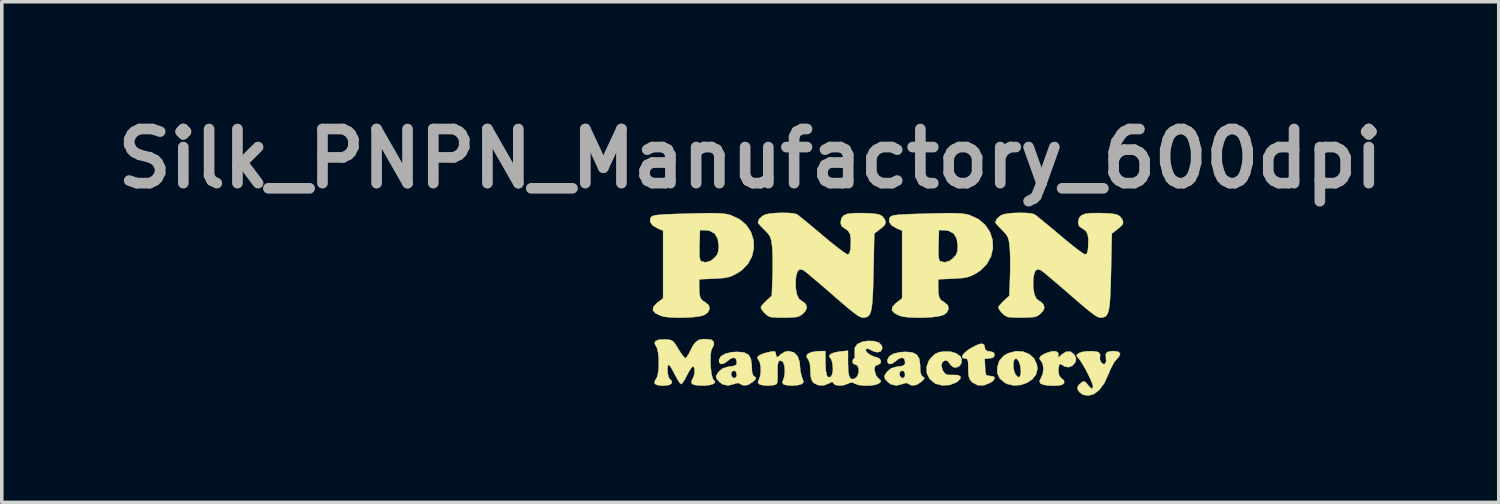
<source format=kicad_pcb>
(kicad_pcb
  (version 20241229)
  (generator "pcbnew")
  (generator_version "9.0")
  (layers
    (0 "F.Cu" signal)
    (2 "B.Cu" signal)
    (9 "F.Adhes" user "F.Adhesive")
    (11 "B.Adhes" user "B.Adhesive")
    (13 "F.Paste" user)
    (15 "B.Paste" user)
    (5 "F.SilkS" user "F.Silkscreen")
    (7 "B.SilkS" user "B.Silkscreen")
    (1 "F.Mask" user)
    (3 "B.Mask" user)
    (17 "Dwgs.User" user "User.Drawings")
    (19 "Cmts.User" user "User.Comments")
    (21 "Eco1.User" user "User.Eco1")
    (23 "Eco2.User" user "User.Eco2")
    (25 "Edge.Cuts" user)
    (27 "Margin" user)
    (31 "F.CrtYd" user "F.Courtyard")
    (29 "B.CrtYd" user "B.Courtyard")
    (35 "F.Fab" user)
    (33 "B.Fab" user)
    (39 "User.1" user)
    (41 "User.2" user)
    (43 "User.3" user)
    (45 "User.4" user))
  (footprint "Silk_PNPN_Manufactory_600dpi"
    (layer "F.Cu")
    (at 21.888 5.228)
    (property "Reference" "Silk_PNPN_Manufactory_600dpi" (at -3.81 -3.81 0) (layer "F.Fab") (effects (font (size 1.524 1.524) (thickness 0.3))))
    (attr through_hole)
    (fp_poly (pts (xy 3.875 1.624) (xy 4.05 1.696) (xy 4.183 1.819) (xy 4.261 1.987) (xy 4.276 2.109) (xy 4.237 2.267) (xy 4.134 2.4) (xy 3.983 2.502) (xy 3.804 2.563) (xy 3.613 2.577) (xy 3.429 2.536) (xy 3.358 2.5) (xy 3.214 2.38) (xy 3.147 2.233) (xy 3.145 2.065) (xy 3.182 1.948) (xy 3.599 1.948) (xy 3.601 2.067) (xy 3.624 2.188) (xy 3.665 2.277) (xy 3.733 2.344) (xy 3.782 2.33) (xy 3.807 2.24) (xy 3.81 2.18) (xy 3.794 2.022) (xy 3.752 1.898) (xy 3.693 1.828) (xy 3.663 1.82) (xy 3.62 1.857) (xy 3.599 1.948) (xy 3.182 1.948) (xy 3.205 1.876) (xy 3.33 1.738) (xy 3.459 1.666) (xy 3.674 1.611) (xy 3.875 1.624)) (stroke (width 0.01) (type solid)) (fill yes) (layer "F.SilkS"))
    (fp_poly (pts (xy 1.83 1.624) (xy 1.992 1.673) (xy 2.104 1.757) (xy 2.137 1.818) (xy 2.142 1.934) (xy 2.092 2.02) (xy 2.009 2.067) (xy 1.915 2.066) (xy 1.833 2.004) (xy 1.812 1.967) (xy 1.744 1.883) (xy 1.675 1.871) (xy 1.6 1.917) (xy 1.573 2.011) (xy 1.599 2.129) (xy 1.63 2.186) (xy 1.685 2.252) (xy 1.756 2.279) (xy 1.874 2.28) (xy 1.896 2.279) (xy 2.04 2.285) (xy 2.11 2.326) (xy 2.103 2.392) (xy 2.016 2.475) (xy 1.982 2.496) (xy 1.8 2.564) (xy 1.597 2.575) (xy 1.41 2.528) (xy 1.387 2.516) (xy 1.242 2.395) (xy 1.163 2.237) (xy 1.153 2.061) (xy 1.215 1.886) (xy 1.283 1.793) (xy 1.391 1.693) (xy 1.5 1.642) (xy 1.636 1.62) (xy 1.83 1.624)) (stroke (width 0.01) (type solid)) (fill yes) (layer "F.SilkS"))
    (fp_poly (pts (xy 2.771 1.422) (xy 2.794 1.5) (xy 2.809 1.574) (xy 2.871 1.608) (xy 2.932 1.617) (xy 3.031 1.64) (xy 3.068 1.692) (xy 3.069 1.714) (xy 3.047 1.778) (xy 2.969 1.808) (xy 2.93 1.813) (xy 2.79 1.826) (xy 2.803 2.067) (xy 2.812 2.202) (xy 2.83 2.274) (xy 2.867 2.302) (xy 2.936 2.307) (xy 2.938 2.307) (xy 3.044 2.325) (xy 3.074 2.374) (xy 3.028 2.444) (xy 2.956 2.496) (xy 2.773 2.571) (xy 2.6 2.571) (xy 2.453 2.498) (xy 2.432 2.478) (xy 2.374 2.408) (xy 2.342 2.326) (xy 2.33 2.204) (xy 2.328 2.097) (xy 2.326 1.948) (xy 2.314 1.864) (xy 2.288 1.828) (xy 2.244 1.82) (xy 2.168 1.8) (xy 2.159 1.746) (xy 2.212 1.668) (xy 2.322 1.576) (xy 2.388 1.534) (xy 2.571 1.437) (xy 2.698 1.399) (xy 2.771 1.422)) (stroke (width 0.01) (type solid)) (fill yes) (layer "F.SilkS"))
    (fp_poly (pts (xy 4.861 1.661) (xy 4.868 1.701) (xy 4.868 1.793) (xy 4.966 1.701) (xy 5.092 1.622) (xy 5.21 1.623) (xy 5.31 1.705) (xy 5.318 1.716) (xy 5.364 1.815) (xy 5.35 1.908) (xy 5.341 1.927) (xy 5.261 2.022) (xy 5.148 2.063) (xy 5.035 2.04) (xy 5.001 2.016) (xy 4.93 1.971) (xy 4.888 1.998) (xy 4.87 2.1) (xy 4.868 2.165) (xy 4.885 2.292) (xy 4.94 2.363) (xy 4.953 2.371) (xy 5.025 2.438) (xy 5.028 2.509) (xy 4.971 2.557) (xy 4.863 2.579) (xy 4.72 2.585) (xy 4.57 2.577) (xy 4.442 2.556) (xy 4.366 2.525) (xy 4.362 2.521) (xy 4.334 2.457) (xy 4.367 2.38) (xy 4.378 2.363) (xy 4.427 2.246) (xy 4.444 2.107) (xy 4.428 1.976) (xy 4.381 1.889) (xy 4.375 1.884) (xy 4.33 1.819) (xy 4.369 1.749) (xy 4.49 1.677) (xy 4.512 1.668) (xy 4.679 1.615) (xy 4.798 1.613) (xy 4.861 1.661)) (stroke (width 0.01) (type solid)) (fill yes) (layer "F.SilkS"))
    (fp_poly (pts (xy 6.556 1.627) (xy 6.606 1.679) (xy 6.578 1.759) (xy 6.523 1.818) (xy 6.433 1.93) (xy 6.341 2.103) (xy 6.284 2.241) (xy 6.163 2.504) (xy 6.023 2.698) (xy 5.869 2.819) (xy 5.706 2.864) (xy 5.559 2.837) (xy 5.464 2.769) (xy 5.42 2.713) (xy 5.399 2.635) (xy 5.44 2.562) (xy 5.46 2.541) (xy 5.55 2.469) (xy 5.62 2.472) (xy 5.691 2.551) (xy 5.698 2.561) (xy 5.768 2.645) (xy 5.82 2.662) (xy 5.842 2.609) (xy 5.842 2.602) (xy 5.822 2.526) (xy 5.769 2.399) (xy 5.695 2.245) (xy 5.611 2.086) (xy 5.529 1.945) (xy 5.46 1.845) (xy 5.446 1.828) (xy 5.386 1.757) (xy 5.383 1.716) (xy 5.434 1.671) (xy 5.437 1.669) (xy 5.531 1.633) (xy 5.672 1.614) (xy 5.824 1.611) (xy 5.953 1.627) (xy 6.005 1.646) (xy 6.043 1.714) (xy 6.037 1.764) (xy 6.037 1.852) (xy 6.075 1.932) (xy 6.134 1.976) (xy 6.178 1.97) (xy 6.212 1.901) (xy 6.205 1.799) (xy 6.201 1.694) (xy 6.247 1.634) (xy 6.357 1.611) (xy 6.43 1.609) (xy 6.556 1.627)) (stroke (width 0.01) (type solid)) (fill yes) (layer "F.SilkS"))
    (fp_poly (pts (xy -3.988 1.647) (xy -3.864 1.707) (xy -3.795 1.82) (xy -3.769 1.998) (xy -3.768 2.056) (xy -3.759 2.205) (xy -3.731 2.291) (xy -3.694 2.326) (xy -3.651 2.361) (xy -3.661 2.401) (xy -3.73 2.469) (xy -3.738 2.476) (xy -3.87 2.56) (xy -3.997 2.579) (xy -4.097 2.533) (xy -4.157 2.504) (xy -4.249 2.53) (xy -4.255 2.533) (xy -4.435 2.579) (xy -4.591 2.545) (xy -4.68 2.478) (xy -4.76 2.386) (xy -4.775 2.312) (xy -4.759 2.284) (xy -4.351 2.284) (xy -4.308 2.352) (xy -4.256 2.371) (xy -4.203 2.334) (xy -4.191 2.265) (xy -4.217 2.183) (xy -4.275 2.157) (xy -4.337 2.198) (xy -4.34 2.203) (xy -4.351 2.284) (xy -4.759 2.284) (xy -4.726 2.226) (xy -4.687 2.178) (xy -4.581 2.093) (xy -4.433 2.049) (xy -4.391 2.043) (xy -4.269 2.025) (xy -4.21 1.995) (xy -4.192 1.942) (xy -4.191 1.919) (xy -4.216 1.823) (xy -4.283 1.793) (xy -4.381 1.832) (xy -4.445 1.884) (xy -4.552 1.96) (xy -4.638 1.974) (xy -4.687 1.927) (xy -4.691 1.853) (xy -4.637 1.754) (xy -4.511 1.681) (xy -4.328 1.639) (xy -4.177 1.63) (xy -3.988 1.647)) (stroke (width 0.01) (type solid)) (fill yes) (layer "F.SilkS"))
    (fp_poly (pts (xy 0.754 1.647) (xy 0.877 1.707) (xy 0.947 1.82) (xy 0.973 1.998) (xy 0.974 2.056) (xy 0.982 2.205) (xy 1.011 2.291) (xy 1.048 2.326) (xy 1.09 2.361) (xy 1.08 2.401) (xy 1.012 2.469) (xy 1.003 2.476) (xy 0.871 2.56) (xy 0.744 2.579) (xy 0.645 2.533) (xy 0.584 2.504) (xy 0.493 2.53) (xy 0.486 2.533) (xy 0.306 2.579) (xy 0.15 2.545) (xy 0.062 2.478) (xy -0.018 2.386) (xy -0.033 2.312) (xy -0.018 2.284) (xy 0.39 2.284) (xy 0.433 2.352) (xy 0.486 2.371) (xy 0.538 2.334) (xy 0.55 2.265) (xy 0.524 2.183) (xy 0.466 2.157) (xy 0.404 2.198) (xy 0.401 2.203) (xy 0.39 2.284) (xy -0.018 2.284) (xy 0.015 2.226) (xy 0.054 2.178) (xy 0.16 2.093) (xy 0.308 2.049) (xy 0.351 2.043) (xy 0.473 2.025) (xy 0.532 1.995) (xy 0.55 1.942) (xy 0.55 1.919) (xy 0.525 1.823) (xy 0.458 1.793) (xy 0.36 1.832) (xy 0.296 1.884) (xy 0.19 1.96) (xy 0.104 1.974) (xy 0.054 1.927) (xy 0.05 1.853) (xy 0.105 1.754) (xy 0.23 1.681) (xy 0.414 1.639) (xy 0.565 1.63) (xy 0.754 1.647)) (stroke (width 0.01) (type solid)) (fill yes) (layer "F.SilkS"))
    (fp_poly (pts (xy -2.582 1.646) (xy -2.477 1.751) (xy -2.421 1.915) (xy -2.413 2.018) (xy -2.398 2.175) (xy -2.361 2.325) (xy -2.352 2.351) (xy -2.316 2.449) (xy -2.319 2.501) (xy -2.365 2.537) (xy -2.37 2.54) (xy -2.471 2.568) (xy -2.611 2.58) (xy -2.752 2.575) (xy -2.857 2.553) (xy -2.872 2.545) (xy -2.908 2.496) (xy -2.883 2.421) (xy -2.848 2.309) (xy -2.837 2.168) (xy -2.848 2.03) (xy -2.88 1.929) (xy -2.898 1.907) (xy -2.972 1.871) (xy -3.02 1.91) (xy -3.042 2.027) (xy -3.042 2.195) (xy -3.04 2.347) (xy -3.048 2.469) (xy -3.062 2.529) (xy -3.123 2.561) (xy -3.235 2.578) (xy -3.368 2.58) (xy -3.488 2.565) (xy -3.556 2.541) (xy -3.597 2.496) (xy -3.576 2.43) (xy -3.567 2.415) (xy -3.529 2.308) (xy -3.514 2.167) (xy -3.521 2.023) (xy -3.548 1.907) (xy -3.578 1.862) (xy -3.615 1.797) (xy -3.571 1.735) (xy -3.446 1.678) (xy -3.367 1.656) (xy -3.22 1.622) (xy -3.137 1.614) (xy -3.1 1.634) (xy -3.09 1.686) (xy -3.09 1.693) (xy -3.075 1.762) (xy -3.055 1.778) (xy -3.002 1.75) (xy -2.942 1.693) (xy -2.829 1.625) (xy -2.727 1.609) (xy -2.582 1.646)) (stroke (width 0.01) (type solid)) (fill yes) (layer "F.SilkS"))
    (fp_poly (pts (xy -4.756 -2.274) (xy -4.614 -2.267) (xy -4.502 -2.253) (xy -4.409 -2.234) (xy -4.367 -2.222) (xy -4.117 -2.108) (xy -3.924 -1.945) (xy -3.791 -1.745) (xy -3.719 -1.521) (xy -3.709 -1.288) (xy -3.762 -1.057) (xy -3.879 -0.843) (xy -4.063 -0.658) (xy -4.196 -0.572) (xy -4.317 -0.512) (xy -4.431 -0.472) (xy -4.563 -0.449) (xy -4.742 -0.435) (xy -4.837 -0.431) (xy -5.249 -0.413) (xy -5.249 -0.189) (xy -5.243 -0.013) (xy -5.218 0.101) (xy -5.166 0.176) (xy -5.075 0.235) (xy -5.072 0.237) (xy -4.977 0.321) (xy -4.957 0.423) (xy -5.008 0.524) (xy -5.101 0.591) (xy -5.22 0.626) (xy -5.398 0.651) (xy -5.613 0.665) (xy -5.839 0.669) (xy -6.052 0.661) (xy -6.229 0.641) (xy -6.325 0.617) (xy -6.48 0.542) (xy -6.552 0.46) (xy -6.541 0.368) (xy -6.447 0.263) (xy -6.413 0.236) (xy -6.265 0.123) (xy -6.265 -1.166) (xy -5.243 -1.166) (xy -5.235 -1.026) (xy -5.216 -0.948) (xy -5.198 -0.925) (xy -5.07 -0.89) (xy -4.93 -0.931) (xy -4.823 -1.013) (xy -4.744 -1.107) (xy -4.708 -1.206) (xy -4.699 -1.349) (xy -4.727 -1.555) (xy -4.811 -1.698) (xy -4.95 -1.777) (xy -5.061 -1.794) (xy -5.228 -1.799) (xy -5.24 -1.379) (xy -5.243 -1.166) (xy -6.265 -1.166) (xy -6.265 -1.782) (xy -6.406 -1.841) (xy -6.559 -1.928) (xy -6.629 -2.026) (xy -6.626 -2.115) (xy -6.611 -2.151) (xy -6.587 -2.18) (xy -6.542 -2.202) (xy -6.468 -2.219) (xy -6.354 -2.231) (xy -6.19 -2.242) (xy -5.966 -2.251) (xy -5.672 -2.26) (xy -5.503 -2.265) (xy -5.187 -2.272) (xy -4.943 -2.276) (xy -4.756 -2.274)) (stroke (width 0.01) (type solid)) (fill yes) (layer "F.SilkS"))
    (fp_poly (pts (xy 1.975 -2.274) (xy 2.117 -2.267) (xy 2.229 -2.253) (xy 2.322 -2.234) (xy 2.364 -2.222) (xy 2.614 -2.108) (xy 2.807 -1.945) (xy 2.94 -1.745) (xy 3.012 -1.521) (xy 3.022 -1.288) (xy 2.969 -1.057) (xy 2.852 -0.843) (xy 2.668 -0.658) (xy 2.535 -0.572) (xy 2.414 -0.512) (xy 2.3 -0.472) (xy 2.168 -0.449) (xy 1.989 -0.435) (xy 1.894 -0.431) (xy 1.482 -0.413) (xy 1.482 -0.189) (xy 1.488 -0.013) (xy 1.513 0.101) (xy 1.565 0.176) (xy 1.656 0.235) (xy 1.659 0.237) (xy 1.754 0.321) (xy 1.774 0.423) (xy 1.723 0.524) (xy 1.63 0.591) (xy 1.511 0.626) (xy 1.333 0.651) (xy 1.118 0.665) (xy 0.892 0.669) (xy 0.679 0.661) (xy 0.502 0.641) (xy 0.406 0.617) (xy 0.251 0.542) (xy 0.179 0.46) (xy 0.19 0.368) (xy 0.284 0.263) (xy 0.318 0.236) (xy 0.466 0.123) (xy 0.466 -1.166) (xy 1.488 -1.166) (xy 1.496 -1.026) (xy 1.515 -0.948) (xy 1.533 -0.925) (xy 1.661 -0.89) (xy 1.801 -0.931) (xy 1.908 -1.013) (xy 1.987 -1.107) (xy 2.023 -1.206) (xy 2.032 -1.349) (xy 2.004 -1.555) (xy 1.92 -1.698) (xy 1.781 -1.777) (xy 1.67 -1.794) (xy 1.503 -1.799) (xy 1.491 -1.379) (xy 1.488 -1.166) (xy 0.466 -1.166) (xy 0.466 -1.782) (xy 0.325 -1.841) (xy 0.172 -1.928) (xy 0.102 -2.026) (xy 0.105 -2.115) (xy 0.12 -2.151) (xy 0.144 -2.18) (xy 0.189 -2.202) (xy 0.263 -2.219) (xy 0.377 -2.231) (xy 0.541 -2.242) (xy 0.765 -2.251) (xy 1.059 -2.26) (xy 1.228 -2.265) (xy 1.544 -2.272) (xy 1.788 -2.276) (xy 1.975 -2.274)) (stroke (width 0.01) (type solid)) (fill yes) (layer "F.SilkS"))
    (fp_poly (pts (xy -4.998 1.276) (xy -4.903 1.292) (xy -4.893 1.296) (xy -4.836 1.355) (xy -4.835 1.445) (xy -4.879 1.518) (xy -4.91 1.593) (xy -4.927 1.727) (xy -4.931 1.896) (xy -4.923 2.074) (xy -4.904 2.238) (xy -4.875 2.362) (xy -4.848 2.412) (xy -4.801 2.474) (xy -4.819 2.511) (xy -4.862 2.537) (xy -4.961 2.566) (xy -5.099 2.58) (xy -5.246 2.579) (xy -5.372 2.563) (xy -5.448 2.533) (xy -5.452 2.529) (xy -5.47 2.459) (xy -5.436 2.394) (xy -5.397 2.309) (xy -5.378 2.204) (xy -5.38 2.108) (xy -5.402 2.049) (xy -5.429 2.042) (xy -5.474 2.087) (xy -5.538 2.187) (xy -5.598 2.3) (xy -5.664 2.425) (xy -5.723 2.512) (xy -5.757 2.54) (xy -5.796 2.505) (xy -5.857 2.412) (xy -5.928 2.28) (xy -5.936 2.265) (xy -6.007 2.131) (xy -6.066 2.033) (xy -6.103 1.99) (xy -6.105 1.99) (xy -6.132 2.026) (xy -6.142 2.114) (xy -6.135 2.224) (xy -6.116 2.327) (xy -6.085 2.391) (xy -6.075 2.398) (xy -6.018 2.452) (xy -6.028 2.519) (xy -6.078 2.557) (xy -6.191 2.581) (xy -6.32 2.582) (xy -6.433 2.564) (xy -6.499 2.528) (xy -6.504 2.52) (xy -6.496 2.443) (xy -6.46 2.39) (xy -6.422 2.308) (xy -6.398 2.167) (xy -6.387 1.993) (xy -6.39 1.81) (xy -6.407 1.644) (xy -6.437 1.52) (xy -6.462 1.475) (xy -6.507 1.389) (xy -6.476 1.324) (xy -6.376 1.285) (xy -6.212 1.278) (xy -6.206 1.279) (xy -6.092 1.288) (xy -6.016 1.311) (xy -5.955 1.365) (xy -5.886 1.466) (xy -5.84 1.543) (xy -5.758 1.67) (xy -5.688 1.766) (xy -5.645 1.808) (xy -5.645 1.808) (xy -5.604 1.782) (xy -5.549 1.699) (xy -5.522 1.646) (xy -5.429 1.462) (xy -5.341 1.347) (xy -5.244 1.287) (xy -5.124 1.27) (xy -5.123 1.27) (xy -4.998 1.276)) (stroke (width 0.01) (type solid)) (fill yes) (layer "F.SilkS"))
    (fp_poly (pts (xy -0.327 1.326) (xy -0.188 1.37) (xy -0.107 1.449) (xy -0.093 1.537) (xy -0.138 1.617) (xy -0.231 1.643) (xy -0.352 1.612) (xy -0.402 1.584) (xy -0.502 1.539) (xy -0.556 1.555) (xy -0.556 1.604) (xy -0.5 1.668) (xy -0.406 1.73) (xy -0.298 1.775) (xy -0.253 1.784) (xy -0.167 1.823) (xy -0.13 1.891) (xy -0.146 1.958) (xy -0.22 1.997) (xy -0.22 1.997) (xy -0.288 2.022) (xy -0.311 2.088) (xy -0.311 2.149) (xy -0.267 2.298) (xy -0.205 2.371) (xy -0.139 2.432) (xy -0.135 2.471) (xy -0.188 2.519) (xy -0.286 2.558) (xy -0.435 2.579) (xy -0.601 2.581) (xy -0.754 2.565) (xy -0.86 2.529) (xy -0.867 2.525) (xy -0.939 2.49) (xy -1.017 2.506) (xy -1.055 2.525) (xy -1.182 2.569) (xy -1.312 2.581) (xy -1.417 2.561) (xy -1.467 2.517) (xy -1.493 2.476) (xy -1.54 2.486) (xy -1.591 2.517) (xy -1.739 2.574) (xy -1.893 2.57) (xy -2.021 2.508) (xy -2.032 2.498) (xy -2.084 2.422) (xy -2.11 2.314) (xy -2.117 2.162) (xy -2.128 1.979) (xy -2.165 1.868) (xy -2.184 1.843) (xy -2.231 1.761) (xy -2.2 1.693) (xy -2.099 1.642) (xy -1.934 1.613) (xy -1.815 1.609) (xy -1.693 1.609) (xy -1.693 1.942) (xy -1.683 2.156) (xy -1.654 2.293) (xy -1.607 2.351) (xy -1.542 2.329) (xy -1.531 2.319) (xy -1.495 2.236) (xy -1.483 2.107) (xy -1.493 1.968) (xy -1.524 1.854) (xy -1.546 1.819) (xy -1.589 1.758) (xy -1.567 1.712) (xy -1.545 1.693) (xy -1.465 1.657) (xy -1.338 1.627) (xy -1.269 1.618) (xy -1.058 1.598) (xy -1.058 1.958) (xy -1.051 2.175) (xy -1.026 2.316) (xy -0.981 2.388) (xy -0.911 2.397) (xy -0.849 2.372) (xy -0.788 2.305) (xy -0.758 2.205) (xy -0.758 2.1) (xy -0.79 2.019) (xy -0.847 1.99) (xy -0.917 1.96) (xy -0.931 1.905) (xy -0.913 1.836) (xy -0.888 1.82) (xy -0.865 1.783) (xy -0.868 1.682) (xy -0.871 1.661) (xy -0.867 1.514) (xy -0.797 1.411) (xy -0.656 1.346) (xy -0.509 1.322) (xy -0.327 1.326)) (stroke (width 0.01) (type solid)) (fill yes) (layer "F.SilkS"))
    (fp_poly (pts (xy -2.743 -2.282) (xy -2.595 -2.269) (xy -2.504 -2.247) (xy -2.502 -2.246) (xy -2.448 -2.207) (xy -2.341 -2.122) (xy -2.191 -2) (xy -2.011 -1.85) (xy -1.811 -1.681) (xy -1.776 -1.652) (xy -1.575 -1.484) (xy -1.392 -1.338) (xy -1.239 -1.222) (xy -1.127 -1.143) (xy -1.065 -1.111) (xy -1.06 -1.11) (xy -1.017 -1.148) (xy -0.991 -1.248) (xy -0.982 -1.353) (xy -0.979 -1.552) (xy -1.001 -1.688) (xy -1.055 -1.778) (xy -1.146 -1.843) (xy -1.235 -1.904) (xy -1.264 -1.98) (xy -1.262 -2.044) (xy -1.237 -2.143) (xy -1.178 -2.212) (xy -1.073 -2.255) (xy -0.91 -2.276) (xy -0.678 -2.278) (xy -0.608 -2.277) (xy -0.4 -2.268) (xy -0.259 -2.254) (xy -0.166 -2.231) (xy -0.104 -2.197) (xy -0.089 -2.184) (xy -0.023 -2.099) (xy 0 -2.027) (xy -0.006 -1.977) (xy -0.034 -1.93) (xy -0.101 -1.869) (xy -0.212 -1.782) (xy -0.318 -1.701) (xy -0.34 -0.649) (xy -0.348 -0.282) (xy -0.359 0.009) (xy -0.373 0.233) (xy -0.393 0.399) (xy -0.42 0.516) (xy -0.457 0.593) (xy -0.504 0.638) (xy -0.565 0.66) (xy -0.614 0.667) (xy -0.662 0.665) (xy -0.72 0.644) (xy -0.797 0.599) (xy -0.901 0.523) (xy -1.041 0.411) (xy -1.225 0.255) (xy -1.463 0.05) (xy -1.493 0.023) (xy -1.71 -0.165) (xy -1.908 -0.335) (xy -2.079 -0.479) (xy -2.212 -0.59) (xy -2.297 -0.657) (xy -2.321 -0.673) (xy -2.412 -0.695) (xy -2.476 -0.645) (xy -2.516 -0.518) (xy -2.531 -0.389) (xy -2.531 -0.173) (xy -2.499 0.007) (xy -2.44 0.134) (xy -2.368 0.191) (xy -2.282 0.249) (xy -2.239 0.304) (xy -2.217 0.384) (xy -2.251 0.468) (xy -2.275 0.502) (xy -2.365 0.59) (xy -2.459 0.64) (xy -2.558 0.655) (xy -2.712 0.664) (xy -2.891 0.667) (xy -3.066 0.664) (xy -3.206 0.654) (xy -3.248 0.648) (xy -3.334 0.604) (xy -3.425 0.522) (xy -3.494 0.431) (xy -3.514 0.373) (xy -3.485 0.324) (xy -3.411 0.243) (xy -3.359 0.192) (xy -3.204 0.05) (xy -3.184 -0.499) (xy -3.179 -0.739) (xy -3.179 -0.979) (xy -3.185 -1.19) (xy -3.195 -1.337) (xy -3.216 -1.496) (xy -3.247 -1.604) (xy -3.304 -1.693) (xy -3.401 -1.795) (xy -3.412 -1.805) (xy -3.51 -1.905) (xy -3.577 -1.98) (xy -3.598 -2.012) (xy -3.561 -2.108) (xy -3.468 -2.196) (xy -3.381 -2.239) (xy -3.267 -2.263) (xy -3.105 -2.279) (xy -2.922 -2.285) (xy -2.743 -2.282)) (stroke (width 0.01) (type solid)) (fill yes) (layer "F.SilkS"))
    (fp_poly (pts (xy 3.946 -2.282) (xy 4.094 -2.269) (xy 4.185 -2.247) (xy 4.186 -2.246) (xy 4.241 -2.207) (xy 4.348 -2.122) (xy 4.497 -2) (xy 4.678 -1.85) (xy 4.878 -1.681) (xy 4.913 -1.652) (xy 5.114 -1.484) (xy 5.296 -1.338) (xy 5.449 -1.222) (xy 5.562 -1.143) (xy 5.624 -1.111) (xy 5.629 -1.11) (xy 5.672 -1.148) (xy 5.698 -1.248) (xy 5.707 -1.353) (xy 5.71 -1.552) (xy 5.688 -1.688) (xy 5.634 -1.778) (xy 5.543 -1.843) (xy 5.453 -1.904) (xy 5.424 -1.98) (xy 5.427 -2.044) (xy 5.451 -2.143) (xy 5.511 -2.212) (xy 5.616 -2.255) (xy 5.778 -2.276) (xy 6.01 -2.278) (xy 6.081 -2.277) (xy 6.289 -2.268) (xy 6.429 -2.254) (xy 6.522 -2.231) (xy 6.585 -2.197) (xy 6.6 -2.184) (xy 6.666 -2.099) (xy 6.689 -2.027) (xy 6.683 -1.977) (xy 6.654 -1.93) (xy 6.588 -1.869) (xy 6.477 -1.782) (xy 6.371 -1.701) (xy 6.349 -0.649) (xy 6.34 -0.282) (xy 6.33 0.009) (xy 6.315 0.233) (xy 6.295 0.399) (xy 6.268 0.516) (xy 6.232 0.593) (xy 6.184 0.638) (xy 6.124 0.66) (xy 6.075 0.667) (xy 6.026 0.665) (xy 5.968 0.644) (xy 5.892 0.599) (xy 5.788 0.523) (xy 5.648 0.411) (xy 5.464 0.255) (xy 5.226 0.05) (xy 5.195 0.023) (xy 4.979 -0.165) (xy 4.78 -0.335) (xy 4.61 -0.479) (xy 4.477 -0.59) (xy 4.391 -0.657) (xy 4.368 -0.673) (xy 4.277 -0.695) (xy 4.213 -0.645) (xy 4.173 -0.518) (xy 4.157 -0.389) (xy 4.158 -0.173) (xy 4.19 0.007) (xy 4.249 0.134) (xy 4.321 0.191) (xy 4.406 0.249) (xy 4.449 0.304) (xy 4.472 0.384) (xy 4.438 0.468) (xy 4.414 0.502) (xy 4.323 0.59) (xy 4.23 0.64) (xy 4.13 0.655) (xy 3.976 0.664) (xy 3.797 0.667) (xy 3.623 0.664) (xy 3.483 0.654) (xy 3.44 0.648) (xy 3.355 0.604) (xy 3.263 0.522) (xy 3.195 0.431) (xy 3.175 0.373) (xy 3.204 0.324) (xy 3.277 0.243) (xy 3.33 0.192) (xy 3.485 0.05) (xy 3.505 -0.499) (xy 3.51 -0.739) (xy 3.51 -0.979) (xy 3.504 -1.19) (xy 3.494 -1.337) (xy 3.473 -1.496) (xy 3.441 -1.604) (xy 3.384 -1.693) (xy 3.287 -1.795) (xy 3.277 -1.805) (xy 3.179 -1.905) (xy 3.111 -1.98) (xy 3.09 -2.012) (xy 3.127 -2.108) (xy 3.221 -2.196) (xy 3.307 -2.239) (xy 3.422 -2.263) (xy 3.584 -2.279) (xy 3.767 -2.285) (xy 3.946 -2.282)) (stroke (width 0.01) (type solid)) (fill yes) (layer "F.SilkS")))
  (gr_rect
    (start -3 -3)
    (end 39.155 11.097)
    (stroke (width 0.1) (type default))
    (fill no)
    (layer "Edge.Cuts")))
</source>
